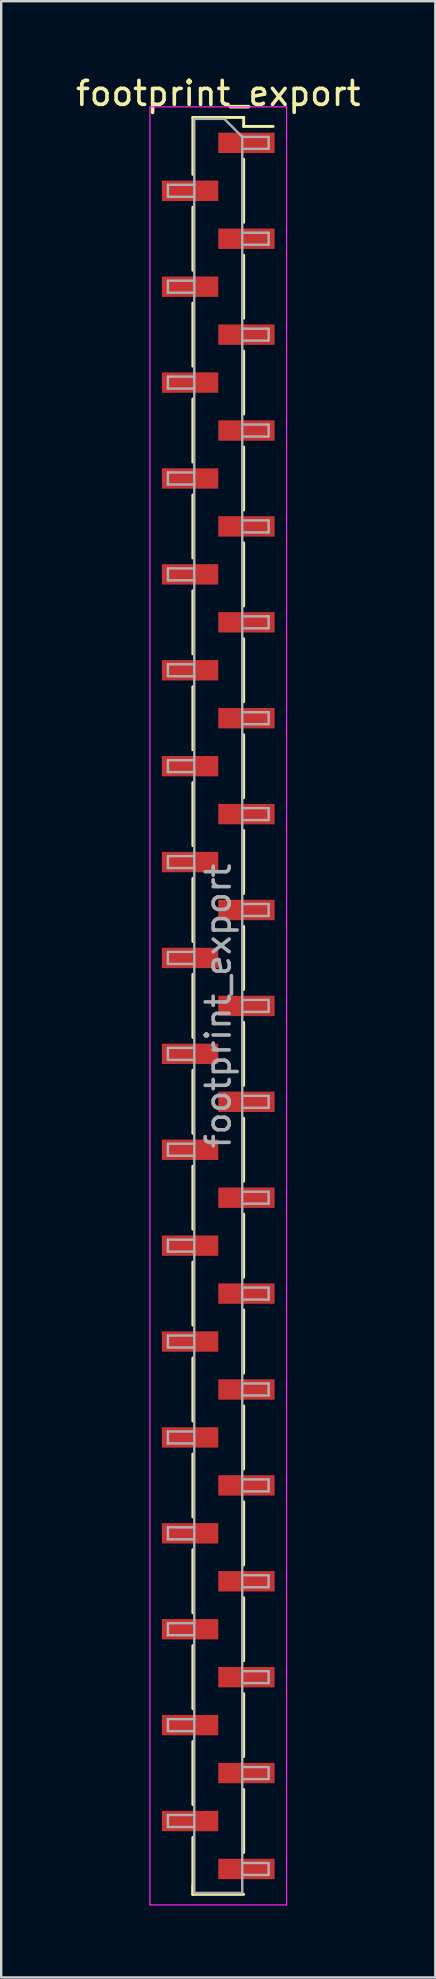
<source format=kicad_pcb>
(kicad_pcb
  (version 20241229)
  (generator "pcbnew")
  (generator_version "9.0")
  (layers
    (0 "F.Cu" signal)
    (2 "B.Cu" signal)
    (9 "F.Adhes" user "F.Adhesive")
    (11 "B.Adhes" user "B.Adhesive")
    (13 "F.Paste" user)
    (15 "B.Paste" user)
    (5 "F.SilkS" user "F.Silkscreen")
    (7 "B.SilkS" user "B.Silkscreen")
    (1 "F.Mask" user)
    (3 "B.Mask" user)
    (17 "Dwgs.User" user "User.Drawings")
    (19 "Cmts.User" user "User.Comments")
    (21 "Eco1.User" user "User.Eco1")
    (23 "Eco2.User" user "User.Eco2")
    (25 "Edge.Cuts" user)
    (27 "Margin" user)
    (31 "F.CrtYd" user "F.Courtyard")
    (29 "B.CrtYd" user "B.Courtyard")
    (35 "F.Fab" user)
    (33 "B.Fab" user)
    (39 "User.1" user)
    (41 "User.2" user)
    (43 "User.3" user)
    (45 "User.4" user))
  (footprint "footprint_export"
    (layer "F.Cu")
    (at 6.054 38.908)
    (property "Reference" "footprint_export" (at 0 -38.06 0) (layer "F.SilkS") (effects (font (size 1 1) (thickness 0.15))))
    (attr smd)
    (fp_line (start -1.06 -37.06) (end -1.06 -34.685) (stroke (width 0.12) (type solid)) (layer "F.SilkS"))
    (fp_line (start -1.06 -37.06) (end 1.06 -37.06) (stroke (width 0.12) (type solid)) (layer "F.SilkS"))
    (fp_line (start -1.06 -33.315) (end -1.06 -30.685) (stroke (width 0.12) (type solid)) (layer "F.SilkS"))
    (fp_line (start -1.06 -29.315) (end -1.06 -26.685) (stroke (width 0.12) (type solid)) (layer "F.SilkS"))
    (fp_line (start -1.06 -25.315) (end -1.06 -22.685) (stroke (width 0.12) (type solid)) (layer "F.SilkS"))
    (fp_line (start -1.06 -21.315) (end -1.06 -18.685) (stroke (width 0.12) (type solid)) (layer "F.SilkS"))
    (fp_line (start -1.06 -17.315) (end -1.06 -14.685) (stroke (width 0.12) (type solid)) (layer "F.SilkS"))
    (fp_line (start -1.06 -13.315) (end -1.06 -10.685) (stroke (width 0.12) (type solid)) (layer "F.SilkS"))
    (fp_line (start -1.06 -9.315) (end -1.06 -6.685) (stroke (width 0.12) (type solid)) (layer "F.SilkS"))
    (fp_line (start -1.06 -5.315) (end -1.06 -2.685) (stroke (width 0.12) (type solid)) (layer "F.SilkS"))
    (fp_line (start -1.06 -1.315) (end -1.06 1.315) (stroke (width 0.12) (type solid)) (layer "F.SilkS"))
    (fp_line (start -1.06 2.685) (end -1.06 5.315) (stroke (width 0.12) (type solid)) (layer "F.SilkS"))
    (fp_line (start -1.06 6.685) (end -1.06 9.315) (stroke (width 0.12) (type solid)) (layer "F.SilkS"))
    (fp_line (start -1.06 10.685) (end -1.06 13.315) (stroke (width 0.12) (type solid)) (layer "F.SilkS"))
    (fp_line (start -1.06 14.685) (end -1.06 17.315) (stroke (width 0.12) (type solid)) (layer "F.SilkS"))
    (fp_line (start -1.06 18.685) (end -1.06 21.315) (stroke (width 0.12) (type solid)) (layer "F.SilkS"))
    (fp_line (start -1.06 22.685) (end -1.06 25.315) (stroke (width 0.12) (type solid)) (layer "F.SilkS"))
    (fp_line (start -1.06 26.685) (end -1.06 29.315) (stroke (width 0.12) (type solid)) (layer "F.SilkS"))
    (fp_line (start -1.06 30.685) (end -1.06 33.315) (stroke (width 0.12) (type solid)) (layer "F.SilkS"))
    (fp_line (start -1.06 34.685) (end -1.06 37.06) (stroke (width 0.12) (type solid)) (layer "F.SilkS"))
    (fp_line (start -1.06 36.685) (end -1.06 37.06) (stroke (width 0.12) (type solid)) (layer "F.SilkS"))
    (fp_line (start -1.06 37.06) (end 1.06 37.06) (stroke (width 0.12) (type solid)) (layer "F.SilkS"))
    (fp_line (start 1.06 -37.06) (end 1.06 -36.685) (stroke (width 0.12) (type solid)) (layer "F.SilkS"))
    (fp_line (start 1.06 -36.685) (end 2.29 -36.685) (stroke (width 0.12) (type solid)) (layer "F.SilkS"))
    (fp_line (start 1.06 -35.315) (end 1.06 -32.685) (stroke (width 0.12) (type solid)) (layer "F.SilkS"))
    (fp_line (start 1.06 -31.315) (end 1.06 -28.685) (stroke (width 0.12) (type solid)) (layer "F.SilkS"))
    (fp_line (start 1.06 -27.315) (end 1.06 -24.685) (stroke (width 0.12) (type solid)) (layer "F.SilkS"))
    (fp_line (start 1.06 -23.315) (end 1.06 -20.685) (stroke (width 0.12) (type solid)) (layer "F.SilkS"))
    (fp_line (start 1.06 -19.315) (end 1.06 -16.685) (stroke (width 0.12) (type solid)) (layer "F.SilkS"))
    (fp_line (start 1.06 -15.315) (end 1.06 -12.685) (stroke (width 0.12) (type solid)) (layer "F.SilkS"))
    (fp_line (start 1.06 -11.315) (end 1.06 -8.685) (stroke (width 0.12) (type solid)) (layer "F.SilkS"))
    (fp_line (start 1.06 -7.315) (end 1.06 -4.685) (stroke (width 0.12) (type solid)) (layer "F.SilkS"))
    (fp_line (start 1.06 -3.315) (end 1.06 -0.685) (stroke (width 0.12) (type solid)) (layer "F.SilkS"))
    (fp_line (start 1.06 0.685) (end 1.06 3.315) (stroke (width 0.12) (type solid)) (layer "F.SilkS"))
    (fp_line (start 1.06 4.685) (end 1.06 7.315) (stroke (width 0.12) (type solid)) (layer "F.SilkS"))
    (fp_line (start 1.06 8.685) (end 1.06 11.315) (stroke (width 0.12) (type solid)) (layer "F.SilkS"))
    (fp_line (start 1.06 12.685) (end 1.06 15.315) (stroke (width 0.12) (type solid)) (layer "F.SilkS"))
    (fp_line (start 1.06 16.685) (end 1.06 19.315) (stroke (width 0.12) (type solid)) (layer "F.SilkS"))
    (fp_line (start 1.06 20.685) (end 1.06 23.315) (stroke (width 0.12) (type solid)) (layer "F.SilkS"))
    (fp_line (start 1.06 24.685) (end 1.06 27.315) (stroke (width 0.12) (type solid)) (layer "F.SilkS"))
    (fp_line (start 1.06 28.685) (end 1.06 31.315) (stroke (width 0.12) (type solid)) (layer "F.SilkS"))
    (fp_line (start 1.06 32.685) (end 1.06 35.315) (stroke (width 0.12) (type solid)) (layer "F.SilkS"))
    (fp_line (start -2.85 -37.5) (end -2.85 37.5) (stroke (width 0.05) (type solid)) (layer "F.CrtYd"))
    (fp_line (start -2.85 37.5) (end 2.85 37.5) (stroke (width 0.05) (type solid)) (layer "F.CrtYd"))
    (fp_line (start 2.85 -37.5) (end -2.85 -37.5) (stroke (width 0.05) (type solid)) (layer "F.CrtYd"))
    (fp_line (start 2.85 37.5) (end 2.85 -37.5) (stroke (width 0.05) (type solid)) (layer "F.CrtYd"))
    (fp_line (start -2.1 -34.25) (end -2.1 -33.75) (stroke (width 0.1) (type solid)) (layer "F.Fab"))
    (fp_line (start -2.1 -33.75) (end -1 -33.75) (stroke (width 0.1) (type solid)) (layer "F.Fab"))
    (fp_line (start -2.1 -30.25) (end -2.1 -29.75) (stroke (width 0.1) (type solid)) (layer "F.Fab"))
    (fp_line (start -2.1 -29.75) (end -1 -29.75) (stroke (width 0.1) (type solid)) (layer "F.Fab"))
    (fp_line (start -2.1 -26.25) (end -2.1 -25.75) (stroke (width 0.1) (type solid)) (layer "F.Fab"))
    (fp_line (start -2.1 -25.75) (end -1 -25.75) (stroke (width 0.1) (type solid)) (layer "F.Fab"))
    (fp_line (start -2.1 -22.25) (end -2.1 -21.75) (stroke (width 0.1) (type solid)) (layer "F.Fab"))
    (fp_line (start -2.1 -21.75) (end -1 -21.75) (stroke (width 0.1) (type solid)) (layer "F.Fab"))
    (fp_line (start -2.1 -18.25) (end -2.1 -17.75) (stroke (width 0.1) (type solid)) (layer "F.Fab"))
    (fp_line (start -2.1 -17.75) (end -1 -17.75) (stroke (width 0.1) (type solid)) (layer "F.Fab"))
    (fp_line (start -2.1 -14.25) (end -2.1 -13.75) (stroke (width 0.1) (type solid)) (layer "F.Fab"))
    (fp_line (start -2.1 -13.75) (end -1 -13.75) (stroke (width 0.1) (type solid)) (layer "F.Fab"))
    (fp_line (start -2.1 -10.25) (end -2.1 -9.75) (stroke (width 0.1) (type solid)) (layer "F.Fab"))
    (fp_line (start -2.1 -9.75) (end -1 -9.75) (stroke (width 0.1) (type solid)) (layer "F.Fab"))
    (fp_line (start -2.1 -6.25) (end -2.1 -5.75) (stroke (width 0.1) (type solid)) (layer "F.Fab"))
    (fp_line (start -2.1 -5.75) (end -1 -5.75) (stroke (width 0.1) (type solid)) (layer "F.Fab"))
    (fp_line (start -2.1 -2.25) (end -2.1 -1.75) (stroke (width 0.1) (type solid)) (layer "F.Fab"))
    (fp_line (start -2.1 -1.75) (end -1 -1.75) (stroke (width 0.1) (type solid)) (layer "F.Fab"))
    (fp_line (start -2.1 1.75) (end -2.1 2.25) (stroke (width 0.1) (type solid)) (layer "F.Fab"))
    (fp_line (start -2.1 2.25) (end -1 2.25) (stroke (width 0.1) (type solid)) (layer "F.Fab"))
    (fp_line (start -2.1 5.75) (end -2.1 6.25) (stroke (width 0.1) (type solid)) (layer "F.Fab"))
    (fp_line (start -2.1 6.25) (end -1 6.25) (stroke (width 0.1) (type solid)) (layer "F.Fab"))
    (fp_line (start -2.1 9.75) (end -2.1 10.25) (stroke (width 0.1) (type solid)) (layer "F.Fab"))
    (fp_line (start -2.1 10.25) (end -1 10.25) (stroke (width 0.1) (type solid)) (layer "F.Fab"))
    (fp_line (start -2.1 13.75) (end -2.1 14.25) (stroke (width 0.1) (type solid)) (layer "F.Fab"))
    (fp_line (start -2.1 14.25) (end -1 14.25) (stroke (width 0.1) (type solid)) (layer "F.Fab"))
    (fp_line (start -2.1 17.75) (end -2.1 18.25) (stroke (width 0.1) (type solid)) (layer "F.Fab"))
    (fp_line (start -2.1 18.25) (end -1 18.25) (stroke (width 0.1) (type solid)) (layer "F.Fab"))
    (fp_line (start -2.1 21.75) (end -2.1 22.25) (stroke (width 0.1) (type solid)) (layer "F.Fab"))
    (fp_line (start -2.1 22.25) (end -1 22.25) (stroke (width 0.1) (type solid)) (layer "F.Fab"))
    (fp_line (start -2.1 25.75) (end -2.1 26.25) (stroke (width 0.1) (type solid)) (layer "F.Fab"))
    (fp_line (start -2.1 26.25) (end -1 26.25) (stroke (width 0.1) (type solid)) (layer "F.Fab"))
    (fp_line (start -2.1 29.75) (end -2.1 30.25) (stroke (width 0.1) (type solid)) (layer "F.Fab"))
    (fp_line (start -2.1 30.25) (end -1 30.25) (stroke (width 0.1) (type solid)) (layer "F.Fab"))
    (fp_line (start -2.1 33.75) (end -2.1 34.25) (stroke (width 0.1) (type solid)) (layer "F.Fab"))
    (fp_line (start -2.1 34.25) (end -1 34.25) (stroke (width 0.1) (type solid)) (layer "F.Fab"))
    (fp_line (start -1 -37) (end -1 37) (stroke (width 0.1) (type solid)) (layer "F.Fab"))
    (fp_line (start -1 -37) (end 0.25 -37) (stroke (width 0.1) (type solid)) (layer "F.Fab"))
    (fp_line (start -1 -34.25) (end -2.1 -34.25) (stroke (width 0.1) (type solid)) (layer "F.Fab"))
    (fp_line (start -1 -30.25) (end -2.1 -30.25) (stroke (width 0.1) (type solid)) (layer "F.Fab"))
    (fp_line (start -1 -26.25) (end -2.1 -26.25) (stroke (width 0.1) (type solid)) (layer "F.Fab"))
    (fp_line (start -1 -22.25) (end -2.1 -22.25) (stroke (width 0.1) (type solid)) (layer "F.Fab"))
    (fp_line (start -1 -18.25) (end -2.1 -18.25) (stroke (width 0.1) (type solid)) (layer "F.Fab"))
    (fp_line (start -1 -14.25) (end -2.1 -14.25) (stroke (width 0.1) (type solid)) (layer "F.Fab"))
    (fp_line (start -1 -10.25) (end -2.1 -10.25) (stroke (width 0.1) (type solid)) (layer "F.Fab"))
    (fp_line (start -1 -6.25) (end -2.1 -6.25) (stroke (width 0.1) (type solid)) (layer "F.Fab"))
    (fp_line (start -1 -2.25) (end -2.1 -2.25) (stroke (width 0.1) (type solid)) (layer "F.Fab"))
    (fp_line (start -1 1.75) (end -2.1 1.75) (stroke (width 0.1) (type solid)) (layer "F.Fab"))
    (fp_line (start -1 5.75) (end -2.1 5.75) (stroke (width 0.1) (type solid)) (layer "F.Fab"))
    (fp_line (start -1 9.75) (end -2.1 9.75) (stroke (width 0.1) (type solid)) (layer "F.Fab"))
    (fp_line (start -1 13.75) (end -2.1 13.75) (stroke (width 0.1) (type solid)) (layer "F.Fab"))
    (fp_line (start -1 17.75) (end -2.1 17.75) (stroke (width 0.1) (type solid)) (layer "F.Fab"))
    (fp_line (start -1 21.75) (end -2.1 21.75) (stroke (width 0.1) (type solid)) (layer "F.Fab"))
    (fp_line (start -1 25.75) (end -2.1 25.75) (stroke (width 0.1) (type solid)) (layer "F.Fab"))
    (fp_line (start -1 29.75) (end -2.1 29.75) (stroke (width 0.1) (type solid)) (layer "F.Fab"))
    (fp_line (start -1 33.75) (end -2.1 33.75) (stroke (width 0.1) (type solid)) (layer "F.Fab"))
    (fp_line (start 1 -36.25) (end 0.25 -37) (stroke (width 0.1) (type solid)) (layer "F.Fab"))
    (fp_line (start 1 -36.25) (end 2.1 -36.25) (stroke (width 0.1) (type solid)) (layer "F.Fab"))
    (fp_line (start 1 -32.25) (end 2.1 -32.25) (stroke (width 0.1) (type solid)) (layer "F.Fab"))
    (fp_line (start 1 -28.25) (end 2.1 -28.25) (stroke (width 0.1) (type solid)) (layer "F.Fab"))
    (fp_line (start 1 -24.25) (end 2.1 -24.25) (stroke (width 0.1) (type solid)) (layer "F.Fab"))
    (fp_line (start 1 -20.25) (end 2.1 -20.25) (stroke (width 0.1) (type solid)) (layer "F.Fab"))
    (fp_line (start 1 -16.25) (end 2.1 -16.25) (stroke (width 0.1) (type solid)) (layer "F.Fab"))
    (fp_line (start 1 -12.25) (end 2.1 -12.25) (stroke (width 0.1) (type solid)) (layer "F.Fab"))
    (fp_line (start 1 -8.25) (end 2.1 -8.25) (stroke (width 0.1) (type solid)) (layer "F.Fab"))
    (fp_line (start 1 -4.25) (end 2.1 -4.25) (stroke (width 0.1) (type solid)) (layer "F.Fab"))
    (fp_line (start 1 -0.25) (end 2.1 -0.25) (stroke (width 0.1) (type solid)) (layer "F.Fab"))
    (fp_line (start 1 3.75) (end 2.1 3.75) (stroke (width 0.1) (type solid)) (layer "F.Fab"))
    (fp_line (start 1 7.75) (end 2.1 7.75) (stroke (width 0.1) (type solid)) (layer "F.Fab"))
    (fp_line (start 1 11.75) (end 2.1 11.75) (stroke (width 0.1) (type solid)) (layer "F.Fab"))
    (fp_line (start 1 15.75) (end 2.1 15.75) (stroke (width 0.1) (type solid)) (layer "F.Fab"))
    (fp_line (start 1 19.75) (end 2.1 19.75) (stroke (width 0.1) (type solid)) (layer "F.Fab"))
    (fp_line (start 1 23.75) (end 2.1 23.75) (stroke (width 0.1) (type solid)) (layer "F.Fab"))
    (fp_line (start 1 27.75) (end 2.1 27.75) (stroke (width 0.1) (type solid)) (layer "F.Fab"))
    (fp_line (start 1 31.75) (end 2.1 31.75) (stroke (width 0.1) (type solid)) (layer "F.Fab"))
    (fp_line (start 1 35.75) (end 2.1 35.75) (stroke (width 0.1) (type solid)) (layer "F.Fab"))
    (fp_line (start 1 37) (end -1 37) (stroke (width 0.1) (type solid)) (layer "F.Fab"))
    (fp_line (start 1 37) (end 1 -36.25) (stroke (width 0.1) (type solid)) (layer "F.Fab"))
    (fp_line (start 2.1 -36.25) (end 2.1 -35.75) (stroke (width 0.1) (type solid)) (layer "F.Fab"))
    (fp_line (start 2.1 -35.75) (end 1 -35.75) (stroke (width 0.1) (type solid)) (layer "F.Fab"))
    (fp_line (start 2.1 -32.25) (end 2.1 -31.75) (stroke (width 0.1) (type solid)) (layer "F.Fab"))
    (fp_line (start 2.1 -31.75) (end 1 -31.75) (stroke (width 0.1) (type solid)) (layer "F.Fab"))
    (fp_line (start 2.1 -28.25) (end 2.1 -27.75) (stroke (width 0.1) (type solid)) (layer "F.Fab"))
    (fp_line (start 2.1 -27.75) (end 1 -27.75) (stroke (width 0.1) (type solid)) (layer "F.Fab"))
    (fp_line (start 2.1 -24.25) (end 2.1 -23.75) (stroke (width 0.1) (type solid)) (layer "F.Fab"))
    (fp_line (start 2.1 -23.75) (end 1 -23.75) (stroke (width 0.1) (type solid)) (layer "F.Fab"))
    (fp_line (start 2.1 -20.25) (end 2.1 -19.75) (stroke (width 0.1) (type solid)) (layer "F.Fab"))
    (fp_line (start 2.1 -19.75) (end 1 -19.75) (stroke (width 0.1) (type solid)) (layer "F.Fab"))
    (fp_line (start 2.1 -16.25) (end 2.1 -15.75) (stroke (width 0.1) (type solid)) (layer "F.Fab"))
    (fp_line (start 2.1 -15.75) (end 1 -15.75) (stroke (width 0.1) (type solid)) (layer "F.Fab"))
    (fp_line (start 2.1 -12.25) (end 2.1 -11.75) (stroke (width 0.1) (type solid)) (layer "F.Fab"))
    (fp_line (start 2.1 -11.75) (end 1 -11.75) (stroke (width 0.1) (type solid)) (layer "F.Fab"))
    (fp_line (start 2.1 -8.25) (end 2.1 -7.75) (stroke (width 0.1) (type solid)) (layer "F.Fab"))
    (fp_line (start 2.1 -7.75) (end 1 -7.75) (stroke (width 0.1) (type solid)) (layer "F.Fab"))
    (fp_line (start 2.1 -4.25) (end 2.1 -3.75) (stroke (width 0.1) (type solid)) (layer "F.Fab"))
    (fp_line (start 2.1 -3.75) (end 1 -3.75) (stroke (width 0.1) (type solid)) (layer "F.Fab"))
    (fp_line (start 2.1 -0.25) (end 2.1 0.25) (stroke (width 0.1) (type solid)) (layer "F.Fab"))
    (fp_line (start 2.1 0.25) (end 1 0.25) (stroke (width 0.1) (type solid)) (layer "F.Fab"))
    (fp_line (start 2.1 3.75) (end 2.1 4.25) (stroke (width 0.1) (type solid)) (layer "F.Fab"))
    (fp_line (start 2.1 4.25) (end 1 4.25) (stroke (width 0.1) (type solid)) (layer "F.Fab"))
    (fp_line (start 2.1 7.75) (end 2.1 8.25) (stroke (width 0.1) (type solid)) (layer "F.Fab"))
    (fp_line (start 2.1 8.25) (end 1 8.25) (stroke (width 0.1) (type solid)) (layer "F.Fab"))
    (fp_line (start 2.1 11.75) (end 2.1 12.25) (stroke (width 0.1) (type solid)) (layer "F.Fab"))
    (fp_line (start 2.1 12.25) (end 1 12.25) (stroke (width 0.1) (type solid)) (layer "F.Fab"))
    (fp_line (start 2.1 15.75) (end 2.1 16.25) (stroke (width 0.1) (type solid)) (layer "F.Fab"))
    (fp_line (start 2.1 16.25) (end 1 16.25) (stroke (width 0.1) (type solid)) (layer "F.Fab"))
    (fp_line (start 2.1 19.75) (end 2.1 20.25) (stroke (width 0.1) (type solid)) (layer "F.Fab"))
    (fp_line (start 2.1 20.25) (end 1 20.25) (stroke (width 0.1) (type solid)) (layer "F.Fab"))
    (fp_line (start 2.1 23.75) (end 2.1 24.25) (stroke (width 0.1) (type solid)) (layer "F.Fab"))
    (fp_line (start 2.1 24.25) (end 1 24.25) (stroke (width 0.1) (type solid)) (layer "F.Fab"))
    (fp_line (start 2.1 27.75) (end 2.1 28.25) (stroke (width 0.1) (type solid)) (layer "F.Fab"))
    (fp_line (start 2.1 28.25) (end 1 28.25) (stroke (width 0.1) (type solid)) (layer "F.Fab"))
    (fp_line (start 2.1 31.75) (end 2.1 32.25) (stroke (width 0.1) (type solid)) (layer "F.Fab"))
    (fp_line (start 2.1 32.25) (end 1 32.25) (stroke (width 0.1) (type solid)) (layer "F.Fab"))
    (fp_line (start 2.1 35.75) (end 2.1 36.25) (stroke (width 0.1) (type solid)) (layer "F.Fab"))
    (fp_line (start 2.1 36.25) (end 1 36.25) (stroke (width 0.1) (type solid)) (layer "F.Fab"))
    (fp_text user "${REFERENCE}" (at 0 0 90) (layer "F.Fab") (effects (font (size 1 1) (thickness 0.15))))
    (pad "1" smd rect (at 1.175 -36) (size 2.35 0.85) (layers "F.Cu" "F.Mask" "F.Paste"))
    (pad "2" smd rect (at -1.175 -34) (size 2.35 0.85) (layers "F.Cu" "F.Mask" "F.Paste"))
    (pad "3" smd rect (at 1.175 -32) (size 2.35 0.85) (layers "F.Cu" "F.Mask" "F.Paste"))
    (pad "4" smd rect (at -1.175 -30) (size 2.35 0.85) (layers "F.Cu" "F.Mask" "F.Paste"))
    (pad "5" smd rect (at 1.175 -28) (size 2.35 0.85) (layers "F.Cu" "F.Mask" "F.Paste"))
    (pad "6" smd rect (at -1.175 -26) (size 2.35 0.85) (layers "F.Cu" "F.Mask" "F.Paste"))
    (pad "7" smd rect (at 1.175 -24) (size 2.35 0.85) (layers "F.Cu" "F.Mask" "F.Paste"))
    (pad "8" smd rect (at -1.175 -22) (size 2.35 0.85) (layers "F.Cu" "F.Mask" "F.Paste"))
    (pad "9" smd rect (at 1.175 -20) (size 2.35 0.85) (layers "F.Cu" "F.Mask" "F.Paste"))
    (pad "10" smd rect (at -1.175 -18) (size 2.35 0.85) (layers "F.Cu" "F.Mask" "F.Paste"))
    (pad "11" smd rect (at 1.175 -16) (size 2.35 0.85) (layers "F.Cu" "F.Mask" "F.Paste"))
    (pad "12" smd rect (at -1.175 -14) (size 2.35 0.85) (layers "F.Cu" "F.Mask" "F.Paste"))
    (pad "13" smd rect (at 1.175 -12) (size 2.35 0.85) (layers "F.Cu" "F.Mask" "F.Paste"))
    (pad "14" smd rect (at -1.175 -10) (size 2.35 0.85) (layers "F.Cu" "F.Mask" "F.Paste"))
    (pad "15" smd rect (at 1.175 -8) (size 2.35 0.85) (layers "F.Cu" "F.Mask" "F.Paste"))
    (pad "16" smd rect (at -1.175 -6) (size 2.35 0.85) (layers "F.Cu" "F.Mask" "F.Paste"))
    (pad "17" smd rect (at 1.175 -4) (size 2.35 0.85) (layers "F.Cu" "F.Mask" "F.Paste"))
    (pad "18" smd rect (at -1.175 -2) (size 2.35 0.85) (layers "F.Cu" "F.Mask" "F.Paste"))
    (pad "19" smd rect (at 1.175 0) (size 2.35 0.85) (layers "F.Cu" "F.Mask" "F.Paste"))
    (pad "20" smd rect (at -1.175 2) (size 2.35 0.85) (layers "F.Cu" "F.Mask" "F.Paste"))
    (pad "21" smd rect (at 1.175 4) (size 2.35 0.85) (layers "F.Cu" "F.Mask" "F.Paste"))
    (pad "22" smd rect (at -1.175 6) (size 2.35 0.85) (layers "F.Cu" "F.Mask" "F.Paste"))
    (pad "23" smd rect (at 1.175 8) (size 2.35 0.85) (layers "F.Cu" "F.Mask" "F.Paste"))
    (pad "24" smd rect (at -1.175 10) (size 2.35 0.85) (layers "F.Cu" "F.Mask" "F.Paste"))
    (pad "25" smd rect (at 1.175 12) (size 2.35 0.85) (layers "F.Cu" "F.Mask" "F.Paste"))
    (pad "26" smd rect (at -1.175 14) (size 2.35 0.85) (layers "F.Cu" "F.Mask" "F.Paste"))
    (pad "27" smd rect (at 1.175 16) (size 2.35 0.85) (layers "F.Cu" "F.Mask" "F.Paste"))
    (pad "28" smd rect (at -1.175 18) (size 2.35 0.85) (layers "F.Cu" "F.Mask" "F.Paste"))
    (pad "29" smd rect (at 1.175 20) (size 2.35 0.85) (layers "F.Cu" "F.Mask" "F.Paste"))
    (pad "30" smd rect (at -1.175 22) (size 2.35 0.85) (layers "F.Cu" "F.Mask" "F.Paste"))
    (pad "31" smd rect (at 1.175 24) (size 2.35 0.85) (layers "F.Cu" "F.Mask" "F.Paste"))
    (pad "32" smd rect (at -1.175 26) (size 2.35 0.85) (layers "F.Cu" "F.Mask" "F.Paste"))
    (pad "33" smd rect (at 1.175 28) (size 2.35 0.85) (layers "F.Cu" "F.Mask" "F.Paste"))
    (pad "34" smd rect (at -1.175 30) (size 2.35 0.85) (layers "F.Cu" "F.Mask" "F.Paste"))
    (pad "35" smd rect (at 1.175 32) (size 2.35 0.85) (layers "F.Cu" "F.Mask" "F.Paste"))
    (pad "36" smd rect (at -1.175 34) (size 2.35 0.85) (layers "F.Cu" "F.Mask" "F.Paste"))
    (pad "37" smd rect (at 1.175 36) (size 2.35 0.85) (layers "F.Cu" "F.Mask" "F.Paste")))
  (gr_rect
    (start -3 -3)
    (end 15.107 79.433)
    (stroke (width 0.1) (type default))
    (fill no)
    (layer "Edge.Cuts")))
</source>
